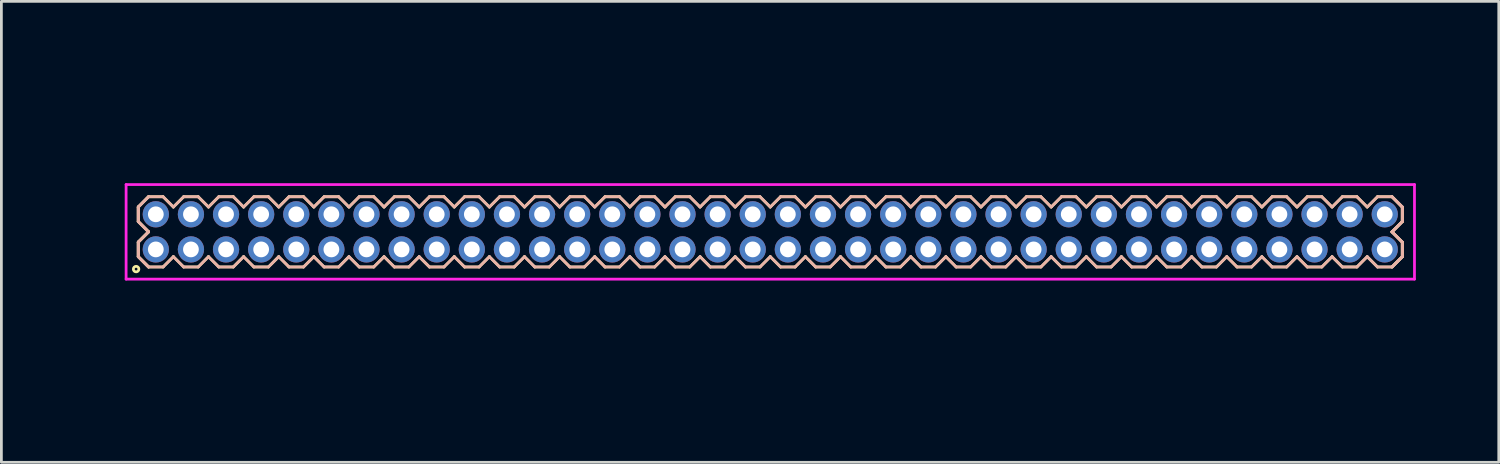
<source format=kicad_pcb>
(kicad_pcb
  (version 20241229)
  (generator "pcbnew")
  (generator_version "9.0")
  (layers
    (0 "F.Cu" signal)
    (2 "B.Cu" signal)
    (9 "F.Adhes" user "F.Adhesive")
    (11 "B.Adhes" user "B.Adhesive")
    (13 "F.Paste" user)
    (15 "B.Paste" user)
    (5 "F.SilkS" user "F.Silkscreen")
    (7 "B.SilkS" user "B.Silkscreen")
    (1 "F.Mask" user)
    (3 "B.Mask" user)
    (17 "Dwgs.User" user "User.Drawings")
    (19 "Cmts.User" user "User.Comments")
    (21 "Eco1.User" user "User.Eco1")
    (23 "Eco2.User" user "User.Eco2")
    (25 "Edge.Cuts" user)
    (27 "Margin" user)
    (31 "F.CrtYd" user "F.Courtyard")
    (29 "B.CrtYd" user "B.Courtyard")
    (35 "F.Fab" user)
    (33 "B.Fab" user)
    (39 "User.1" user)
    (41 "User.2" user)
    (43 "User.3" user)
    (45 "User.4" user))
  (footprint "HDR127P36x2"
    (layer "F.Cu")
    (at 24.811 5.336)
    (property "Reference" "HDR127P36x2" (at -24.05 0 90) (layer "User.1") (effects (font (size 1 1) (thickness 0.1))))
    (attr through_hole)
    (fp_line (start -22.86 -0.898) (end -22.488 -1.27) (stroke (width 0.1) (type solid)) (layer "F.SilkS"))
    (fp_line (start -22.86 -0.898) (end -22.488 -1.27) (stroke (width 0.1) (type solid)) (layer "F.SilkS"))
    (fp_line (start -22.86 -0.372) (end -22.86 -0.898) (stroke (width 0.1) (type solid)) (layer "F.SilkS"))
    (fp_line (start -22.86 -0.372) (end -22.86 -0.898) (stroke (width 0.1) (type solid)) (layer "F.SilkS"))
    (fp_line (start -22.86 0.372) (end -22.488 0) (stroke (width 0.1) (type solid)) (layer "F.SilkS"))
    (fp_line (start -22.86 0.372) (end -22.488 0) (stroke (width 0.1) (type solid)) (layer "F.SilkS"))
    (fp_line (start -22.86 0.898) (end -22.86 0.372) (stroke (width 0.1) (type solid)) (layer "F.SilkS"))
    (fp_line (start -22.86 0.898) (end -22.86 0.372) (stroke (width 0.1) (type solid)) (layer "F.SilkS"))
    (fp_line (start -22.488 -1.27) (end -21.962 -1.27) (stroke (width 0.1) (type solid)) (layer "F.SilkS"))
    (fp_line (start -22.488 0) (end -22.86 -0.372) (stroke (width 0.1) (type solid)) (layer "F.SilkS"))
    (fp_line (start -22.488 0) (end -22.86 -0.372) (stroke (width 0.1) (type solid)) (layer "F.SilkS"))
    (fp_line (start -22.488 1.27) (end -22.86 0.898) (stroke (width 0.1) (type solid)) (layer "F.SilkS"))
    (fp_line (start -22.488 1.27) (end -22.86 0.898) (stroke (width 0.1) (type solid)) (layer "F.SilkS"))
    (fp_line (start -21.962 -1.27) (end -21.59 -0.898) (stroke (width 0.1) (type solid)) (layer "F.SilkS"))
    (fp_line (start -21.962 1.27) (end -22.488 1.27) (stroke (width 0.1) (type solid)) (layer "F.SilkS"))
    (fp_line (start -21.59 -0.898) (end -21.218 -1.27) (stroke (width 0.1) (type solid)) (layer "F.SilkS"))
    (fp_line (start -21.59 0.898) (end -21.962 1.27) (stroke (width 0.1) (type solid)) (layer "F.SilkS"))
    (fp_line (start -21.218 -1.27) (end -20.692 -1.27) (stroke (width 0.1) (type solid)) (layer "F.SilkS"))
    (fp_line (start -21.218 1.27) (end -21.59 0.898) (stroke (width 0.1) (type solid)) (layer "F.SilkS"))
    (fp_line (start -20.692 -1.27) (end -20.32 -0.898) (stroke (width 0.1) (type solid)) (layer "F.SilkS"))
    (fp_line (start -20.692 1.27) (end -21.218 1.27) (stroke (width 0.1) (type solid)) (layer "F.SilkS"))
    (fp_line (start -20.32 -0.898) (end -19.948 -1.27) (stroke (width 0.1) (type solid)) (layer "F.SilkS"))
    (fp_line (start -20.32 0.898) (end -20.692 1.27) (stroke (width 0.1) (type solid)) (layer "F.SilkS"))
    (fp_line (start -19.948 -1.27) (end -19.422 -1.27) (stroke (width 0.1) (type solid)) (layer "F.SilkS"))
    (fp_line (start -19.948 1.27) (end -20.32 0.898) (stroke (width 0.1) (type solid)) (layer "F.SilkS"))
    (fp_line (start -19.422 -1.27) (end -19.05 -0.898) (stroke (width 0.1) (type solid)) (layer "F.SilkS"))
    (fp_line (start -19.422 1.27) (end -19.948 1.27) (stroke (width 0.1) (type solid)) (layer "F.SilkS"))
    (fp_line (start -19.05 -0.898) (end -18.678 -1.27) (stroke (width 0.1) (type solid)) (layer "F.SilkS"))
    (fp_line (start -19.05 0.898) (end -19.422 1.27) (stroke (width 0.1) (type solid)) (layer "F.SilkS"))
    (fp_line (start -18.678 -1.27) (end -18.152 -1.27) (stroke (width 0.1) (type solid)) (layer "F.SilkS"))
    (fp_line (start -18.678 1.27) (end -19.05 0.898) (stroke (width 0.1) (type solid)) (layer "F.SilkS"))
    (fp_line (start -18.152 -1.27) (end -17.78 -0.898) (stroke (width 0.1) (type solid)) (layer "F.SilkS"))
    (fp_line (start -18.152 1.27) (end -18.678 1.27) (stroke (width 0.1) (type solid)) (layer "F.SilkS"))
    (fp_line (start -17.78 -0.898) (end -17.408 -1.27) (stroke (width 0.1) (type solid)) (layer "F.SilkS"))
    (fp_line (start -17.78 0.898) (end -18.152 1.27) (stroke (width 0.1) (type solid)) (layer "F.SilkS"))
    (fp_line (start -17.408 -1.27) (end -16.882 -1.27) (stroke (width 0.1) (type solid)) (layer "F.SilkS"))
    (fp_line (start -17.408 1.27) (end -17.78 0.898) (stroke (width 0.1) (type solid)) (layer "F.SilkS"))
    (fp_line (start -16.882 -1.27) (end -16.51 -0.898) (stroke (width 0.1) (type solid)) (layer "F.SilkS"))
    (fp_line (start -16.882 1.27) (end -17.408 1.27) (stroke (width 0.1) (type solid)) (layer "F.SilkS"))
    (fp_line (start -16.51 -0.898) (end -16.138 -1.27) (stroke (width 0.1) (type solid)) (layer "F.SilkS"))
    (fp_line (start -16.51 0.898) (end -16.882 1.27) (stroke (width 0.1) (type solid)) (layer "F.SilkS"))
    (fp_line (start -16.138 -1.27) (end -15.612 -1.27) (stroke (width 0.1) (type solid)) (layer "F.SilkS"))
    (fp_line (start -16.138 1.27) (end -16.51 0.898) (stroke (width 0.1) (type solid)) (layer "F.SilkS"))
    (fp_line (start -15.612 -1.27) (end -15.24 -0.898) (stroke (width 0.1) (type solid)) (layer "F.SilkS"))
    (fp_line (start -15.612 1.27) (end -16.138 1.27) (stroke (width 0.1) (type solid)) (layer "F.SilkS"))
    (fp_line (start -15.24 -0.898) (end -14.868 -1.27) (stroke (width 0.1) (type solid)) (layer "F.SilkS"))
    (fp_line (start -15.24 0.898) (end -15.612 1.27) (stroke (width 0.1) (type solid)) (layer "F.SilkS"))
    (fp_line (start -14.868 -1.27) (end -14.342 -1.27) (stroke (width 0.1) (type solid)) (layer "F.SilkS"))
    (fp_line (start -14.868 1.27) (end -15.24 0.898) (stroke (width 0.1) (type solid)) (layer "F.SilkS"))
    (fp_line (start -14.342 -1.27) (end -13.97 -0.898) (stroke (width 0.1) (type solid)) (layer "F.SilkS"))
    (fp_line (start -14.342 1.27) (end -14.868 1.27) (stroke (width 0.1) (type solid)) (layer "F.SilkS"))
    (fp_line (start -13.97 -0.898) (end -13.598 -1.27) (stroke (width 0.1) (type solid)) (layer "F.SilkS"))
    (fp_line (start -13.97 0.898) (end -14.342 1.27) (stroke (width 0.1) (type solid)) (layer "F.SilkS"))
    (fp_line (start -13.598 -1.27) (end -13.072 -1.27) (stroke (width 0.1) (type solid)) (layer "F.SilkS"))
    (fp_line (start -13.598 1.27) (end -13.97 0.898) (stroke (width 0.1) (type solid)) (layer "F.SilkS"))
    (fp_line (start -13.072 -1.27) (end -12.7 -0.898) (stroke (width 0.1) (type solid)) (layer "F.SilkS"))
    (fp_line (start -13.072 1.27) (end -13.598 1.27) (stroke (width 0.1) (type solid)) (layer "F.SilkS"))
    (fp_line (start -12.7 -0.898) (end -12.328 -1.27) (stroke (width 0.1) (type solid)) (layer "F.SilkS"))
    (fp_line (start -12.7 0.898) (end -13.072 1.27) (stroke (width 0.1) (type solid)) (layer "F.SilkS"))
    (fp_line (start -12.328 -1.27) (end -11.802 -1.27) (stroke (width 0.1) (type solid)) (layer "F.SilkS"))
    (fp_line (start -12.328 1.27) (end -12.7 0.898) (stroke (width 0.1) (type solid)) (layer "F.SilkS"))
    (fp_line (start -11.802 -1.27) (end -11.43 -0.898) (stroke (width 0.1) (type solid)) (layer "F.SilkS"))
    (fp_line (start -11.802 1.27) (end -12.328 1.27) (stroke (width 0.1) (type solid)) (layer "F.SilkS"))
    (fp_line (start -11.43 -0.898) (end -11.058 -1.27) (stroke (width 0.1) (type solid)) (layer "F.SilkS"))
    (fp_line (start -11.43 0.898) (end -11.802 1.27) (stroke (width 0.1) (type solid)) (layer "F.SilkS"))
    (fp_line (start -11.058 -1.27) (end -10.532 -1.27) (stroke (width 0.1) (type solid)) (layer "F.SilkS"))
    (fp_line (start -11.058 1.27) (end -11.43 0.898) (stroke (width 0.1) (type solid)) (layer "F.SilkS"))
    (fp_line (start -10.532 -1.27) (end -10.16 -0.898) (stroke (width 0.1) (type solid)) (layer "F.SilkS"))
    (fp_line (start -10.532 1.27) (end -11.058 1.27) (stroke (width 0.1) (type solid)) (layer "F.SilkS"))
    (fp_line (start -10.16 -0.898) (end -9.788 -1.27) (stroke (width 0.1) (type solid)) (layer "F.SilkS"))
    (fp_line (start -10.16 0.898) (end -10.532 1.27) (stroke (width 0.1) (type solid)) (layer "F.SilkS"))
    (fp_line (start -9.788 -1.27) (end -9.262 -1.27) (stroke (width 0.1) (type solid)) (layer "F.SilkS"))
    (fp_line (start -9.788 1.27) (end -10.16 0.898) (stroke (width 0.1) (type solid)) (layer "F.SilkS"))
    (fp_line (start -9.262 -1.27) (end -8.89 -0.898) (stroke (width 0.1) (type solid)) (layer "F.SilkS"))
    (fp_line (start -9.262 1.27) (end -9.788 1.27) (stroke (width 0.1) (type solid)) (layer "F.SilkS"))
    (fp_line (start -8.89 -0.898) (end -8.518 -1.27) (stroke (width 0.1) (type solid)) (layer "F.SilkS"))
    (fp_line (start -8.89 0.898) (end -9.262 1.27) (stroke (width 0.1) (type solid)) (layer "F.SilkS"))
    (fp_line (start -8.518 -1.27) (end -7.992 -1.27) (stroke (width 0.1) (type solid)) (layer "F.SilkS"))
    (fp_line (start -8.518 1.27) (end -8.89 0.898) (stroke (width 0.1) (type solid)) (layer "F.SilkS"))
    (fp_line (start -7.992 -1.27) (end -7.62 -0.898) (stroke (width 0.1) (type solid)) (layer "F.SilkS"))
    (fp_line (start -7.992 1.27) (end -8.518 1.27) (stroke (width 0.1) (type solid)) (layer "F.SilkS"))
    (fp_line (start -7.62 -0.898) (end -7.248 -1.27) (stroke (width 0.1) (type solid)) (layer "F.SilkS"))
    (fp_line (start -7.62 0.898) (end -7.992 1.27) (stroke (width 0.1) (type solid)) (layer "F.SilkS"))
    (fp_line (start -7.248 -1.27) (end -6.722 -1.27) (stroke (width 0.1) (type solid)) (layer "F.SilkS"))
    (fp_line (start -7.248 1.27) (end -7.62 0.898) (stroke (width 0.1) (type solid)) (layer "F.SilkS"))
    (fp_line (start -6.722 -1.27) (end -6.35 -0.898) (stroke (width 0.1) (type solid)) (layer "F.SilkS"))
    (fp_line (start -6.722 1.27) (end -7.248 1.27) (stroke (width 0.1) (type solid)) (layer "F.SilkS"))
    (fp_line (start -6.35 -0.898) (end -5.978 -1.27) (stroke (width 0.1) (type solid)) (layer "F.SilkS"))
    (fp_line (start -6.35 0.898) (end -6.722 1.27) (stroke (width 0.1) (type solid)) (layer "F.SilkS"))
    (fp_line (start -5.978 -1.27) (end -5.452 -1.27) (stroke (width 0.1) (type solid)) (layer "F.SilkS"))
    (fp_line (start -5.978 1.27) (end -6.35 0.898) (stroke (width 0.1) (type solid)) (layer "F.SilkS"))
    (fp_line (start -5.452 -1.27) (end -5.08 -0.898) (stroke (width 0.1) (type solid)) (layer "F.SilkS"))
    (fp_line (start -5.452 1.27) (end -5.978 1.27) (stroke (width 0.1) (type solid)) (layer "F.SilkS"))
    (fp_line (start -5.08 -0.898) (end -4.708 -1.27) (stroke (width 0.1) (type solid)) (layer "F.SilkS"))
    (fp_line (start -5.08 0.898) (end -5.452 1.27) (stroke (width 0.1) (type solid)) (layer "F.SilkS"))
    (fp_line (start -4.708 -1.27) (end -4.182 -1.27) (stroke (width 0.1) (type solid)) (layer "F.SilkS"))
    (fp_line (start -4.708 1.27) (end -5.08 0.898) (stroke (width 0.1) (type solid)) (layer "F.SilkS"))
    (fp_line (start -4.182 -1.27) (end -3.81 -0.898) (stroke (width 0.1) (type solid)) (layer "F.SilkS"))
    (fp_line (start -4.182 1.27) (end -4.708 1.27) (stroke (width 0.1) (type solid)) (layer "F.SilkS"))
    (fp_line (start -3.81 -0.898) (end -3.438 -1.27) (stroke (width 0.1) (type solid)) (layer "F.SilkS"))
    (fp_line (start -3.81 0.898) (end -4.182 1.27) (stroke (width 0.1) (type solid)) (layer "F.SilkS"))
    (fp_line (start -3.438 -1.27) (end -2.912 -1.27) (stroke (width 0.1) (type solid)) (layer "F.SilkS"))
    (fp_line (start -3.438 1.27) (end -3.81 0.898) (stroke (width 0.1) (type solid)) (layer "F.SilkS"))
    (fp_line (start -2.912 -1.27) (end -2.54 -0.898) (stroke (width 0.1) (type solid)) (layer "F.SilkS"))
    (fp_line (start -2.912 1.27) (end -3.438 1.27) (stroke (width 0.1) (type solid)) (layer "F.SilkS"))
    (fp_line (start -2.54 -0.898) (end -2.168 -1.27) (stroke (width 0.1) (type solid)) (layer "F.SilkS"))
    (fp_line (start -2.54 0.898) (end -2.912 1.27) (stroke (width 0.1) (type solid)) (layer "F.SilkS"))
    (fp_line (start -2.168 -1.27) (end -1.642 -1.27) (stroke (width 0.1) (type solid)) (layer "F.SilkS"))
    (fp_line (start -2.168 1.27) (end -2.54 0.898) (stroke (width 0.1) (type solid)) (layer "F.SilkS"))
    (fp_line (start -1.642 -1.27) (end -1.27 -0.898) (stroke (width 0.1) (type solid)) (layer "F.SilkS"))
    (fp_line (start -1.642 1.27) (end -2.168 1.27) (stroke (width 0.1) (type solid)) (layer "F.SilkS"))
    (fp_line (start -1.27 -0.898) (end -0.898 -1.27) (stroke (width 0.1) (type solid)) (layer "F.SilkS"))
    (fp_line (start -1.27 0.898) (end -1.642 1.27) (stroke (width 0.1) (type solid)) (layer "F.SilkS"))
    (fp_line (start -0.898 -1.27) (end -0.372 -1.27) (stroke (width 0.1) (type solid)) (layer "F.SilkS"))
    (fp_line (start -0.898 1.27) (end -1.27 0.898) (stroke (width 0.1) (type solid)) (layer "F.SilkS"))
    (fp_line (start -0.372 -1.27) (end 0 -0.898) (stroke (width 0.1) (type solid)) (layer "F.SilkS"))
    (fp_line (start -0.372 1.27) (end -0.898 1.27) (stroke (width 0.1) (type solid)) (layer "F.SilkS"))
    (fp_line (start 0 -0.898) (end 0.372 -1.27) (stroke (width 0.1) (type solid)) (layer "F.SilkS"))
    (fp_line (start 0 0.898) (end -0.372 1.27) (stroke (width 0.1) (type solid)) (layer "F.SilkS"))
    (fp_line (start 0.372 -1.27) (end 0.898 -1.27) (stroke (width 0.1) (type solid)) (layer "F.SilkS"))
    (fp_line (start 0.372 1.27) (end 0 0.898) (stroke (width 0.1) (type solid)) (layer "F.SilkS"))
    (fp_line (start 0.898 -1.27) (end 1.27 -0.898) (stroke (width 0.1) (type solid)) (layer "F.SilkS"))
    (fp_line (start 0.898 1.27) (end 0.372 1.27) (stroke (width 0.1) (type solid)) (layer "F.SilkS"))
    (fp_line (start 1.27 -0.898) (end 1.642 -1.27) (stroke (width 0.1) (type solid)) (layer "F.SilkS"))
    (fp_line (start 1.27 0.898) (end 0.898 1.27) (stroke (width 0.1) (type solid)) (layer "F.SilkS"))
    (fp_line (start 1.642 -1.27) (end 2.168 -1.27) (stroke (width 0.1) (type solid)) (layer "F.SilkS"))
    (fp_line (start 1.642 1.27) (end 1.27 0.898) (stroke (width 0.1) (type solid)) (layer "F.SilkS"))
    (fp_line (start 2.168 -1.27) (end 2.54 -0.898) (stroke (width 0.1) (type solid)) (layer "F.SilkS"))
    (fp_line (start 2.168 1.27) (end 1.642 1.27) (stroke (width 0.1) (type solid)) (layer "F.SilkS"))
    (fp_line (start 2.54 -0.898) (end 2.912 -1.27) (stroke (width 0.1) (type solid)) (layer "F.SilkS"))
    (fp_line (start 2.54 0.898) (end 2.168 1.27) (stroke (width 0.1) (type solid)) (layer "F.SilkS"))
    (fp_line (start 2.912 -1.27) (end 3.438 -1.27) (stroke (width 0.1) (type solid)) (layer "F.SilkS"))
    (fp_line (start 2.912 1.27) (end 2.54 0.898) (stroke (width 0.1) (type solid)) (layer "F.SilkS"))
    (fp_line (start 3.438 -1.27) (end 3.81 -0.898) (stroke (width 0.1) (type solid)) (layer "F.SilkS"))
    (fp_line (start 3.438 1.27) (end 2.912 1.27) (stroke (width 0.1) (type solid)) (layer "F.SilkS"))
    (fp_line (start 3.81 -0.898) (end 4.182 -1.27) (stroke (width 0.1) (type solid)) (layer "F.SilkS"))
    (fp_line (start 3.81 0.898) (end 3.438 1.27) (stroke (width 0.1) (type solid)) (layer "F.SilkS"))
    (fp_line (start 4.182 -1.27) (end 4.708 -1.27) (stroke (width 0.1) (type solid)) (layer "F.SilkS"))
    (fp_line (start 4.182 1.27) (end 3.81 0.898) (stroke (width 0.1) (type solid)) (layer "F.SilkS"))
    (fp_line (start 4.708 -1.27) (end 5.08 -0.898) (stroke (width 0.1) (type solid)) (layer "F.SilkS"))
    (fp_line (start 4.708 1.27) (end 4.182 1.27) (stroke (width 0.1) (type solid)) (layer "F.SilkS"))
    (fp_line (start 5.08 -0.898) (end 5.452 -1.27) (stroke (width 0.1) (type solid)) (layer "F.SilkS"))
    (fp_line (start 5.08 0.898) (end 4.708 1.27) (stroke (width 0.1) (type solid)) (layer "F.SilkS"))
    (fp_line (start 5.452 -1.27) (end 5.978 -1.27) (stroke (width 0.1) (type solid)) (layer "F.SilkS"))
    (fp_line (start 5.452 1.27) (end 5.08 0.898) (stroke (width 0.1) (type solid)) (layer "F.SilkS"))
    (fp_line (start 5.978 -1.27) (end 6.35 -0.898) (stroke (width 0.1) (type solid)) (layer "F.SilkS"))
    (fp_line (start 5.978 1.27) (end 5.452 1.27) (stroke (width 0.1) (type solid)) (layer "F.SilkS"))
    (fp_line (start 6.35 -0.898) (end 6.722 -1.27) (stroke (width 0.1) (type solid)) (layer "F.SilkS"))
    (fp_line (start 6.35 0.898) (end 5.978 1.27) (stroke (width 0.1) (type solid)) (layer "F.SilkS"))
    (fp_line (start 6.722 -1.27) (end 7.248 -1.27) (stroke (width 0.1) (type solid)) (layer "F.SilkS"))
    (fp_line (start 6.722 1.27) (end 6.35 0.898) (stroke (width 0.1) (type solid)) (layer "F.SilkS"))
    (fp_line (start 7.248 -1.27) (end 7.62 -0.898) (stroke (width 0.1) (type solid)) (layer "F.SilkS"))
    (fp_line (start 7.248 1.27) (end 6.722 1.27) (stroke (width 0.1) (type solid)) (layer "F.SilkS"))
    (fp_line (start 7.62 -0.898) (end 7.992 -1.27) (stroke (width 0.1) (type solid)) (layer "F.SilkS"))
    (fp_line (start 7.62 0.898) (end 7.248 1.27) (stroke (width 0.1) (type solid)) (layer "F.SilkS"))
    (fp_line (start 7.992 -1.27) (end 8.518 -1.27) (stroke (width 0.1) (type solid)) (layer "F.SilkS"))
    (fp_line (start 7.992 1.27) (end 7.62 0.898) (stroke (width 0.1) (type solid)) (layer "F.SilkS"))
    (fp_line (start 8.518 -1.27) (end 8.89 -0.898) (stroke (width 0.1) (type solid)) (layer "F.SilkS"))
    (fp_line (start 8.518 1.27) (end 7.992 1.27) (stroke (width 0.1) (type solid)) (layer "F.SilkS"))
    (fp_line (start 8.89 -0.898) (end 9.262 -1.27) (stroke (width 0.1) (type solid)) (layer "F.SilkS"))
    (fp_line (start 8.89 0.898) (end 8.518 1.27) (stroke (width 0.1) (type solid)) (layer "F.SilkS"))
    (fp_line (start 9.262 -1.27) (end 9.788 -1.27) (stroke (width 0.1) (type solid)) (layer "F.SilkS"))
    (fp_line (start 9.262 1.27) (end 8.89 0.898) (stroke (width 0.1) (type solid)) (layer "F.SilkS"))
    (fp_line (start 9.788 -1.27) (end 10.16 -0.898) (stroke (width 0.1) (type solid)) (layer "F.SilkS"))
    (fp_line (start 9.788 1.27) (end 9.262 1.27) (stroke (width 0.1) (type solid)) (layer "F.SilkS"))
    (fp_line (start 10.16 -0.898) (end 10.532 -1.27) (stroke (width 0.1) (type solid)) (layer "F.SilkS"))
    (fp_line (start 10.16 0.898) (end 9.788 1.27) (stroke (width 0.1) (type solid)) (layer "F.SilkS"))
    (fp_line (start 10.532 -1.27) (end 11.058 -1.27) (stroke (width 0.1) (type solid)) (layer "F.SilkS"))
    (fp_line (start 10.532 1.27) (end 10.16 0.898) (stroke (width 0.1) (type solid)) (layer "F.SilkS"))
    (fp_line (start 11.058 -1.27) (end 11.43 -0.898) (stroke (width 0.1) (type solid)) (layer "F.SilkS"))
    (fp_line (start 11.058 1.27) (end 10.532 1.27) (stroke (width 0.1) (type solid)) (layer "F.SilkS"))
    (fp_line (start 11.43 -0.898) (end 11.802 -1.27) (stroke (width 0.1) (type solid)) (layer "F.SilkS"))
    (fp_line (start 11.43 0.898) (end 11.058 1.27) (stroke (width 0.1) (type solid)) (layer "F.SilkS"))
    (fp_line (start 11.802 -1.27) (end 12.328 -1.27) (stroke (width 0.1) (type solid)) (layer "F.SilkS"))
    (fp_line (start 11.802 1.27) (end 11.43 0.898) (stroke (width 0.1) (type solid)) (layer "F.SilkS"))
    (fp_line (start 12.328 -1.27) (end 12.7 -0.898) (stroke (width 0.1) (type solid)) (layer "F.SilkS"))
    (fp_line (start 12.328 1.27) (end 11.802 1.27) (stroke (width 0.1) (type solid)) (layer "F.SilkS"))
    (fp_line (start 12.7 -0.898) (end 13.072 -1.27) (stroke (width 0.1) (type solid)) (layer "F.SilkS"))
    (fp_line (start 12.7 0.898) (end 12.328 1.27) (stroke (width 0.1) (type solid)) (layer "F.SilkS"))
    (fp_line (start 13.072 -1.27) (end 13.598 -1.27) (stroke (width 0.1) (type solid)) (layer "F.SilkS"))
    (fp_line (start 13.072 1.27) (end 12.7 0.898) (stroke (width 0.1) (type solid)) (layer "F.SilkS"))
    (fp_line (start 13.598 -1.27) (end 13.97 -0.898) (stroke (width 0.1) (type solid)) (layer "F.SilkS"))
    (fp_line (start 13.598 1.27) (end 13.072 1.27) (stroke (width 0.1) (type solid)) (layer "F.SilkS"))
    (fp_line (start 13.97 -0.898) (end 14.342 -1.27) (stroke (width 0.1) (type solid)) (layer "F.SilkS"))
    (fp_line (start 13.97 0.898) (end 13.598 1.27) (stroke (width 0.1) (type solid)) (layer "F.SilkS"))
    (fp_line (start 14.342 -1.27) (end 14.868 -1.27) (stroke (width 0.1) (type solid)) (layer "F.SilkS"))
    (fp_line (start 14.342 1.27) (end 13.97 0.898) (stroke (width 0.1) (type solid)) (layer "F.SilkS"))
    (fp_line (start 14.868 -1.27) (end 15.24 -0.898) (stroke (width 0.1) (type solid)) (layer "F.SilkS"))
    (fp_line (start 14.868 1.27) (end 14.342 1.27) (stroke (width 0.1) (type solid)) (layer "F.SilkS"))
    (fp_line (start 15.24 -0.898) (end 15.612 -1.27) (stroke (width 0.1) (type solid)) (layer "F.SilkS"))
    (fp_line (start 15.24 0.898) (end 14.868 1.27) (stroke (width 0.1) (type solid)) (layer "F.SilkS"))
    (fp_line (start 15.612 -1.27) (end 16.138 -1.27) (stroke (width 0.1) (type solid)) (layer "F.SilkS"))
    (fp_line (start 15.612 1.27) (end 15.24 0.898) (stroke (width 0.1) (type solid)) (layer "F.SilkS"))
    (fp_line (start 16.138 -1.27) (end 16.51 -0.898) (stroke (width 0.1) (type solid)) (layer "F.SilkS"))
    (fp_line (start 16.138 1.27) (end 15.612 1.27) (stroke (width 0.1) (type solid)) (layer "F.SilkS"))
    (fp_line (start 16.51 -0.898) (end 16.882 -1.27) (stroke (width 0.1) (type solid)) (layer "F.SilkS"))
    (fp_line (start 16.51 0.898) (end 16.138 1.27) (stroke (width 0.1) (type solid)) (layer "F.SilkS"))
    (fp_line (start 16.882 -1.27) (end 17.408 -1.27) (stroke (width 0.1) (type solid)) (layer "F.SilkS"))
    (fp_line (start 16.882 1.27) (end 16.51 0.898) (stroke (width 0.1) (type solid)) (layer "F.SilkS"))
    (fp_line (start 17.408 -1.27) (end 17.78 -0.898) (stroke (width 0.1) (type solid)) (layer "F.SilkS"))
    (fp_line (start 17.408 1.27) (end 16.882 1.27) (stroke (width 0.1) (type solid)) (layer "F.SilkS"))
    (fp_line (start 17.78 -0.898) (end 18.152 -1.27) (stroke (width 0.1) (type solid)) (layer "F.SilkS"))
    (fp_line (start 17.78 0.898) (end 17.408 1.27) (stroke (width 0.1) (type solid)) (layer "F.SilkS"))
    (fp_line (start 18.152 -1.27) (end 18.678 -1.27) (stroke (width 0.1) (type solid)) (layer "F.SilkS"))
    (fp_line (start 18.152 1.27) (end 17.78 0.898) (stroke (width 0.1) (type solid)) (layer "F.SilkS"))
    (fp_line (start 18.678 -1.27) (end 19.05 -0.898) (stroke (width 0.1) (type solid)) (layer "F.SilkS"))
    (fp_line (start 18.678 1.27) (end 18.152 1.27) (stroke (width 0.1) (type solid)) (layer "F.SilkS"))
    (fp_line (start 19.05 -0.898) (end 19.422 -1.27) (stroke (width 0.1) (type solid)) (layer "F.SilkS"))
    (fp_line (start 19.05 0.898) (end 18.678 1.27) (stroke (width 0.1) (type solid)) (layer "F.SilkS"))
    (fp_line (start 19.422 -1.27) (end 19.948 -1.27) (stroke (width 0.1) (type solid)) (layer "F.SilkS"))
    (fp_line (start 19.422 1.27) (end 19.05 0.898) (stroke (width 0.1) (type solid)) (layer "F.SilkS"))
    (fp_line (start 19.948 -1.27) (end 20.32 -0.898) (stroke (width 0.1) (type solid)) (layer "F.SilkS"))
    (fp_line (start 19.948 1.27) (end 19.422 1.27) (stroke (width 0.1) (type solid)) (layer "F.SilkS"))
    (fp_line (start 20.32 -0.898) (end 20.692 -1.27) (stroke (width 0.1) (type solid)) (layer "F.SilkS"))
    (fp_line (start 20.32 0.898) (end 19.948 1.27) (stroke (width 0.1) (type solid)) (layer "F.SilkS"))
    (fp_line (start 20.692 -1.27) (end 21.218 -1.27) (stroke (width 0.1) (type solid)) (layer "F.SilkS"))
    (fp_line (start 20.692 1.27) (end 20.32 0.898) (stroke (width 0.1) (type solid)) (layer "F.SilkS"))
    (fp_line (start 21.218 -1.27) (end 21.59 -0.898) (stroke (width 0.1) (type solid)) (layer "F.SilkS"))
    (fp_line (start 21.218 1.27) (end 20.692 1.27) (stroke (width 0.1) (type solid)) (layer "F.SilkS"))
    (fp_line (start 21.59 -0.898) (end 21.962 -1.27) (stroke (width 0.1) (type solid)) (layer "F.SilkS"))
    (fp_line (start 21.59 0.898) (end 21.218 1.27) (stroke (width 0.1) (type solid)) (layer "F.SilkS"))
    (fp_line (start 21.962 -1.27) (end 22.488 -1.27) (stroke (width 0.1) (type solid)) (layer "F.SilkS"))
    (fp_line (start 21.962 1.27) (end 21.59 0.898) (stroke (width 0.1) (type solid)) (layer "F.SilkS"))
    (fp_line (start 22.488 -1.27) (end 22.86 -0.898) (stroke (width 0.1) (type solid)) (layer "F.SilkS"))
    (fp_line (start 22.488 -1.27) (end 22.86 -0.898) (stroke (width 0.1) (type solid)) (layer "F.SilkS"))
    (fp_line (start 22.488 0) (end 22.86 0.372) (stroke (width 0.1) (type solid)) (layer "F.SilkS"))
    (fp_line (start 22.488 0) (end 22.86 0.372) (stroke (width 0.1) (type solid)) (layer "F.SilkS"))
    (fp_line (start 22.488 1.27) (end 21.962 1.27) (stroke (width 0.1) (type solid)) (layer "F.SilkS"))
    (fp_line (start 22.86 -0.898) (end 22.86 -0.372) (stroke (width 0.1) (type solid)) (layer "F.SilkS"))
    (fp_line (start 22.86 -0.898) (end 22.86 -0.372) (stroke (width 0.1) (type solid)) (layer "F.SilkS"))
    (fp_line (start 22.86 -0.372) (end 22.488 0) (stroke (width 0.1) (type solid)) (layer "F.SilkS"))
    (fp_line (start 22.86 -0.372) (end 22.488 0) (stroke (width 0.1) (type solid)) (layer "F.SilkS"))
    (fp_line (start 22.86 0.372) (end 22.86 0.898) (stroke (width 0.1) (type solid)) (layer "F.SilkS"))
    (fp_line (start 22.86 0.372) (end 22.86 0.898) (stroke (width 0.1) (type solid)) (layer "F.SilkS"))
    (fp_line (start 22.86 0.898) (end 22.488 1.27) (stroke (width 0.1) (type solid)) (layer "F.SilkS"))
    (fp_line (start 22.86 0.898) (end 22.488 1.27) (stroke (width 0.1) (type solid)) (layer "F.SilkS"))
    (fp_circle (center -22.938 1.347) (end -22.838 1.347) (stroke (width 0.1) (type solid)) (fill no) (layer "F.SilkS"))
    (fp_line (start -22.86 -0.898) (end -22.488 -1.27) (stroke (width 0.1) (type solid)) (layer "B.SilkS"))
    (fp_line (start -22.86 -0.898) (end -22.488 -1.27) (stroke (width 0.1) (type solid)) (layer "B.SilkS"))
    (fp_line (start -22.86 -0.372) (end -22.86 -0.898) (stroke (width 0.1) (type solid)) (layer "B.SilkS"))
    (fp_line (start -22.86 -0.372) (end -22.86 -0.898) (stroke (width 0.1) (type solid)) (layer "B.SilkS"))
    (fp_line (start -22.86 0.372) (end -22.488 0) (stroke (width 0.1) (type solid)) (layer "B.SilkS"))
    (fp_line (start -22.86 0.372) (end -22.488 0) (stroke (width 0.1) (type solid)) (layer "B.SilkS"))
    (fp_line (start -22.86 0.898) (end -22.86 0.372) (stroke (width 0.1) (type solid)) (layer "B.SilkS"))
    (fp_line (start -22.86 0.898) (end -22.86 0.372) (stroke (width 0.1) (type solid)) (layer "B.SilkS"))
    (fp_line (start -22.488 -1.27) (end -21.962 -1.27) (stroke (width 0.1) (type solid)) (layer "B.SilkS"))
    (fp_line (start -22.488 0) (end -22.86 -0.372) (stroke (width 0.1) (type solid)) (layer "B.SilkS"))
    (fp_line (start -22.488 0) (end -22.86 -0.372) (stroke (width 0.1) (type solid)) (layer "B.SilkS"))
    (fp_line (start -22.488 1.27) (end -22.86 0.898) (stroke (width 0.1) (type solid)) (layer "B.SilkS"))
    (fp_line (start -22.488 1.27) (end -22.86 0.898) (stroke (width 0.1) (type solid)) (layer "B.SilkS"))
    (fp_line (start -21.962 -1.27) (end -21.59 -0.898) (stroke (width 0.1) (type solid)) (layer "B.SilkS"))
    (fp_line (start -21.962 1.27) (end -22.488 1.27) (stroke (width 0.1) (type solid)) (layer "B.SilkS"))
    (fp_line (start -21.59 -0.898) (end -21.218 -1.27) (stroke (width 0.1) (type solid)) (layer "B.SilkS"))
    (fp_line (start -21.59 0.898) (end -21.962 1.27) (stroke (width 0.1) (type solid)) (layer "B.SilkS"))
    (fp_line (start -21.218 -1.27) (end -20.692 -1.27) (stroke (width 0.1) (type solid)) (layer "B.SilkS"))
    (fp_line (start -21.218 1.27) (end -21.59 0.898) (stroke (width 0.1) (type solid)) (layer "B.SilkS"))
    (fp_line (start -20.692 -1.27) (end -20.32 -0.898) (stroke (width 0.1) (type solid)) (layer "B.SilkS"))
    (fp_line (start -20.692 1.27) (end -21.218 1.27) (stroke (width 0.1) (type solid)) (layer "B.SilkS"))
    (fp_line (start -20.32 -0.898) (end -19.948 -1.27) (stroke (width 0.1) (type solid)) (layer "B.SilkS"))
    (fp_line (start -20.32 0.898) (end -20.692 1.27) (stroke (width 0.1) (type solid)) (layer "B.SilkS"))
    (fp_line (start -19.948 -1.27) (end -19.422 -1.27) (stroke (width 0.1) (type solid)) (layer "B.SilkS"))
    (fp_line (start -19.948 1.27) (end -20.32 0.898) (stroke (width 0.1) (type solid)) (layer "B.SilkS"))
    (fp_line (start -19.422 -1.27) (end -19.05 -0.898) (stroke (width 0.1) (type solid)) (layer "B.SilkS"))
    (fp_line (start -19.422 1.27) (end -19.948 1.27) (stroke (width 0.1) (type solid)) (layer "B.SilkS"))
    (fp_line (start -19.05 -0.898) (end -18.678 -1.27) (stroke (width 0.1) (type solid)) (layer "B.SilkS"))
    (fp_line (start -19.05 0.898) (end -19.422 1.27) (stroke (width 0.1) (type solid)) (layer "B.SilkS"))
    (fp_line (start -18.678 -1.27) (end -18.152 -1.27) (stroke (width 0.1) (type solid)) (layer "B.SilkS"))
    (fp_line (start -18.678 1.27) (end -19.05 0.898) (stroke (width 0.1) (type solid)) (layer "B.SilkS"))
    (fp_line (start -18.152 -1.27) (end -17.78 -0.898) (stroke (width 0.1) (type solid)) (layer "B.SilkS"))
    (fp_line (start -18.152 1.27) (end -18.678 1.27) (stroke (width 0.1) (type solid)) (layer "B.SilkS"))
    (fp_line (start -17.78 -0.898) (end -17.408 -1.27) (stroke (width 0.1) (type solid)) (layer "B.SilkS"))
    (fp_line (start -17.78 0.898) (end -18.152 1.27) (stroke (width 0.1) (type solid)) (layer "B.SilkS"))
    (fp_line (start -17.408 -1.27) (end -16.882 -1.27) (stroke (width 0.1) (type solid)) (layer "B.SilkS"))
    (fp_line (start -17.408 1.27) (end -17.78 0.898) (stroke (width 0.1) (type solid)) (layer "B.SilkS"))
    (fp_line (start -16.882 -1.27) (end -16.51 -0.898) (stroke (width 0.1) (type solid)) (layer "B.SilkS"))
    (fp_line (start -16.882 1.27) (end -17.408 1.27) (stroke (width 0.1) (type solid)) (layer "B.SilkS"))
    (fp_line (start -16.51 -0.898) (end -16.138 -1.27) (stroke (width 0.1) (type solid)) (layer "B.SilkS"))
    (fp_line (start -16.51 0.898) (end -16.882 1.27) (stroke (width 0.1) (type solid)) (layer "B.SilkS"))
    (fp_line (start -16.138 -1.27) (end -15.612 -1.27) (stroke (width 0.1) (type solid)) (layer "B.SilkS"))
    (fp_line (start -16.138 1.27) (end -16.51 0.898) (stroke (width 0.1) (type solid)) (layer "B.SilkS"))
    (fp_line (start -15.612 -1.27) (end -15.24 -0.898) (stroke (width 0.1) (type solid)) (layer "B.SilkS"))
    (fp_line (start -15.612 1.27) (end -16.138 1.27) (stroke (width 0.1) (type solid)) (layer "B.SilkS"))
    (fp_line (start -15.24 -0.898) (end -14.868 -1.27) (stroke (width 0.1) (type solid)) (layer "B.SilkS"))
    (fp_line (start -15.24 0.898) (end -15.612 1.27) (stroke (width 0.1) (type solid)) (layer "B.SilkS"))
    (fp_line (start -14.868 -1.27) (end -14.342 -1.27) (stroke (width 0.1) (type solid)) (layer "B.SilkS"))
    (fp_line (start -14.868 1.27) (end -15.24 0.898) (stroke (width 0.1) (type solid)) (layer "B.SilkS"))
    (fp_line (start -14.342 -1.27) (end -13.97 -0.898) (stroke (width 0.1) (type solid)) (layer "B.SilkS"))
    (fp_line (start -14.342 1.27) (end -14.868 1.27) (stroke (width 0.1) (type solid)) (layer "B.SilkS"))
    (fp_line (start -13.97 -0.898) (end -13.598 -1.27) (stroke (width 0.1) (type solid)) (layer "B.SilkS"))
    (fp_line (start -13.97 0.898) (end -14.342 1.27) (stroke (width 0.1) (type solid)) (layer "B.SilkS"))
    (fp_line (start -13.598 -1.27) (end -13.072 -1.27) (stroke (width 0.1) (type solid)) (layer "B.SilkS"))
    (fp_line (start -13.598 1.27) (end -13.97 0.898) (stroke (width 0.1) (type solid)) (layer "B.SilkS"))
    (fp_line (start -13.072 -1.27) (end -12.7 -0.898) (stroke (width 0.1) (type solid)) (layer "B.SilkS"))
    (fp_line (start -13.072 1.27) (end -13.598 1.27) (stroke (width 0.1) (type solid)) (layer "B.SilkS"))
    (fp_line (start -12.7 -0.898) (end -12.328 -1.27) (stroke (width 0.1) (type solid)) (layer "B.SilkS"))
    (fp_line (start -12.7 0.898) (end -13.072 1.27) (stroke (width 0.1) (type solid)) (layer "B.SilkS"))
    (fp_line (start -12.328 -1.27) (end -11.802 -1.27) (stroke (width 0.1) (type solid)) (layer "B.SilkS"))
    (fp_line (start -12.328 1.27) (end -12.7 0.898) (stroke (width 0.1) (type solid)) (layer "B.SilkS"))
    (fp_line (start -11.802 -1.27) (end -11.43 -0.898) (stroke (width 0.1) (type solid)) (layer "B.SilkS"))
    (fp_line (start -11.802 1.27) (end -12.328 1.27) (stroke (width 0.1) (type solid)) (layer "B.SilkS"))
    (fp_line (start -11.43 -0.898) (end -11.058 -1.27) (stroke (width 0.1) (type solid)) (layer "B.SilkS"))
    (fp_line (start -11.43 0.898) (end -11.802 1.27) (stroke (width 0.1) (type solid)) (layer "B.SilkS"))
    (fp_line (start -11.058 -1.27) (end -10.532 -1.27) (stroke (width 0.1) (type solid)) (layer "B.SilkS"))
    (fp_line (start -11.058 1.27) (end -11.43 0.898) (stroke (width 0.1) (type solid)) (layer "B.SilkS"))
    (fp_line (start -10.532 -1.27) (end -10.16 -0.898) (stroke (width 0.1) (type solid)) (layer "B.SilkS"))
    (fp_line (start -10.532 1.27) (end -11.058 1.27) (stroke (width 0.1) (type solid)) (layer "B.SilkS"))
    (fp_line (start -10.16 -0.898) (end -9.788 -1.27) (stroke (width 0.1) (type solid)) (layer "B.SilkS"))
    (fp_line (start -10.16 0.898) (end -10.532 1.27) (stroke (width 0.1) (type solid)) (layer "B.SilkS"))
    (fp_line (start -9.788 -1.27) (end -9.262 -1.27) (stroke (width 0.1) (type solid)) (layer "B.SilkS"))
    (fp_line (start -9.788 1.27) (end -10.16 0.898) (stroke (width 0.1) (type solid)) (layer "B.SilkS"))
    (fp_line (start -9.262 -1.27) (end -8.89 -0.898) (stroke (width 0.1) (type solid)) (layer "B.SilkS"))
    (fp_line (start -9.262 1.27) (end -9.788 1.27) (stroke (width 0.1) (type solid)) (layer "B.SilkS"))
    (fp_line (start -8.89 -0.898) (end -8.518 -1.27) (stroke (width 0.1) (type solid)) (layer "B.SilkS"))
    (fp_line (start -8.89 0.898) (end -9.262 1.27) (stroke (width 0.1) (type solid)) (layer "B.SilkS"))
    (fp_line (start -8.518 -1.27) (end -7.992 -1.27) (stroke (width 0.1) (type solid)) (layer "B.SilkS"))
    (fp_line (start -8.518 1.27) (end -8.89 0.898) (stroke (width 0.1) (type solid)) (layer "B.SilkS"))
    (fp_line (start -7.992 -1.27) (end -7.62 -0.898) (stroke (width 0.1) (type solid)) (layer "B.SilkS"))
    (fp_line (start -7.992 1.27) (end -8.518 1.27) (stroke (width 0.1) (type solid)) (layer "B.SilkS"))
    (fp_line (start -7.62 -0.898) (end -7.248 -1.27) (stroke (width 0.1) (type solid)) (layer "B.SilkS"))
    (fp_line (start -7.62 0.898) (end -7.992 1.27) (stroke (width 0.1) (type solid)) (layer "B.SilkS"))
    (fp_line (start -7.248 -1.27) (end -6.722 -1.27) (stroke (width 0.1) (type solid)) (layer "B.SilkS"))
    (fp_line (start -7.248 1.27) (end -7.62 0.898) (stroke (width 0.1) (type solid)) (layer "B.SilkS"))
    (fp_line (start -6.722 -1.27) (end -6.35 -0.898) (stroke (width 0.1) (type solid)) (layer "B.SilkS"))
    (fp_line (start -6.722 1.27) (end -7.248 1.27) (stroke (width 0.1) (type solid)) (layer "B.SilkS"))
    (fp_line (start -6.35 -0.898) (end -5.978 -1.27) (stroke (width 0.1) (type solid)) (layer "B.SilkS"))
    (fp_line (start -6.35 0.898) (end -6.722 1.27) (stroke (width 0.1) (type solid)) (layer "B.SilkS"))
    (fp_line (start -5.978 -1.27) (end -5.452 -1.27) (stroke (width 0.1) (type solid)) (layer "B.SilkS"))
    (fp_line (start -5.978 1.27) (end -6.35 0.898) (stroke (width 0.1) (type solid)) (layer "B.SilkS"))
    (fp_line (start -5.452 -1.27) (end -5.08 -0.898) (stroke (width 0.1) (type solid)) (layer "B.SilkS"))
    (fp_line (start -5.452 1.27) (end -5.978 1.27) (stroke (width 0.1) (type solid)) (layer "B.SilkS"))
    (fp_line (start -5.08 -0.898) (end -4.708 -1.27) (stroke (width 0.1) (type solid)) (layer "B.SilkS"))
    (fp_line (start -5.08 0.898) (end -5.452 1.27) (stroke (width 0.1) (type solid)) (layer "B.SilkS"))
    (fp_line (start -4.708 -1.27) (end -4.182 -1.27) (stroke (width 0.1) (type solid)) (layer "B.SilkS"))
    (fp_line (start -4.708 1.27) (end -5.08 0.898) (stroke (width 0.1) (type solid)) (layer "B.SilkS"))
    (fp_line (start -4.182 -1.27) (end -3.81 -0.898) (stroke (width 0.1) (type solid)) (layer "B.SilkS"))
    (fp_line (start -4.182 1.27) (end -4.708 1.27) (stroke (width 0.1) (type solid)) (layer "B.SilkS"))
    (fp_line (start -3.81 -0.898) (end -3.438 -1.27) (stroke (width 0.1) (type solid)) (layer "B.SilkS"))
    (fp_line (start -3.81 0.898) (end -4.182 1.27) (stroke (width 0.1) (type solid)) (layer "B.SilkS"))
    (fp_line (start -3.438 -1.27) (end -2.912 -1.27) (stroke (width 0.1) (type solid)) (layer "B.SilkS"))
    (fp_line (start -3.438 1.27) (end -3.81 0.898) (stroke (width 0.1) (type solid)) (layer "B.SilkS"))
    (fp_line (start -2.912 -1.27) (end -2.54 -0.898) (stroke (width 0.1) (type solid)) (layer "B.SilkS"))
    (fp_line (start -2.912 1.27) (end -3.438 1.27) (stroke (width 0.1) (type solid)) (layer "B.SilkS"))
    (fp_line (start -2.54 -0.898) (end -2.168 -1.27) (stroke (width 0.1) (type solid)) (layer "B.SilkS"))
    (fp_line (start -2.54 0.898) (end -2.912 1.27) (stroke (width 0.1) (type solid)) (layer "B.SilkS"))
    (fp_line (start -2.168 -1.27) (end -1.642 -1.27) (stroke (width 0.1) (type solid)) (layer "B.SilkS"))
    (fp_line (start -2.168 1.27) (end -2.54 0.898) (stroke (width 0.1) (type solid)) (layer "B.SilkS"))
    (fp_line (start -1.642 -1.27) (end -1.27 -0.898) (stroke (width 0.1) (type solid)) (layer "B.SilkS"))
    (fp_line (start -1.642 1.27) (end -2.168 1.27) (stroke (width 0.1) (type solid)) (layer "B.SilkS"))
    (fp_line (start -1.27 -0.898) (end -0.898 -1.27) (stroke (width 0.1) (type solid)) (layer "B.SilkS"))
    (fp_line (start -1.27 0.898) (end -1.642 1.27) (stroke (width 0.1) (type solid)) (layer "B.SilkS"))
    (fp_line (start -0.898 -1.27) (end -0.372 -1.27) (stroke (width 0.1) (type solid)) (layer "B.SilkS"))
    (fp_line (start -0.898 1.27) (end -1.27 0.898) (stroke (width 0.1) (type solid)) (layer "B.SilkS"))
    (fp_line (start -0.372 -1.27) (end 0 -0.898) (stroke (width 0.1) (type solid)) (layer "B.SilkS"))
    (fp_line (start -0.372 1.27) (end -0.898 1.27) (stroke (width 0.1) (type solid)) (layer "B.SilkS"))
    (fp_line (start 0 -0.898) (end 0.372 -1.27) (stroke (width 0.1) (type solid)) (layer "B.SilkS"))
    (fp_line (start 0 0.898) (end -0.372 1.27) (stroke (width 0.1) (type solid)) (layer "B.SilkS"))
    (fp_line (start 0.372 -1.27) (end 0.898 -1.27) (stroke (width 0.1) (type solid)) (layer "B.SilkS"))
    (fp_line (start 0.372 1.27) (end 0 0.898) (stroke (width 0.1) (type solid)) (layer "B.SilkS"))
    (fp_line (start 0.898 -1.27) (end 1.27 -0.898) (stroke (width 0.1) (type solid)) (layer "B.SilkS"))
    (fp_line (start 0.898 1.27) (end 0.372 1.27) (stroke (width 0.1) (type solid)) (layer "B.SilkS"))
    (fp_line (start 1.27 -0.898) (end 1.642 -1.27) (stroke (width 0.1) (type solid)) (layer "B.SilkS"))
    (fp_line (start 1.27 0.898) (end 0.898 1.27) (stroke (width 0.1) (type solid)) (layer "B.SilkS"))
    (fp_line (start 1.642 -1.27) (end 2.168 -1.27) (stroke (width 0.1) (type solid)) (layer "B.SilkS"))
    (fp_line (start 1.642 1.27) (end 1.27 0.898) (stroke (width 0.1) (type solid)) (layer "B.SilkS"))
    (fp_line (start 2.168 -1.27) (end 2.54 -0.898) (stroke (width 0.1) (type solid)) (layer "B.SilkS"))
    (fp_line (start 2.168 1.27) (end 1.642 1.27) (stroke (width 0.1) (type solid)) (layer "B.SilkS"))
    (fp_line (start 2.54 -0.898) (end 2.912 -1.27) (stroke (width 0.1) (type solid)) (layer "B.SilkS"))
    (fp_line (start 2.54 0.898) (end 2.168 1.27) (stroke (width 0.1) (type solid)) (layer "B.SilkS"))
    (fp_line (start 2.912 -1.27) (end 3.438 -1.27) (stroke (width 0.1) (type solid)) (layer "B.SilkS"))
    (fp_line (start 2.912 1.27) (end 2.54 0.898) (stroke (width 0.1) (type solid)) (layer "B.SilkS"))
    (fp_line (start 3.438 -1.27) (end 3.81 -0.898) (stroke (width 0.1) (type solid)) (layer "B.SilkS"))
    (fp_line (start 3.438 1.27) (end 2.912 1.27) (stroke (width 0.1) (type solid)) (layer "B.SilkS"))
    (fp_line (start 3.81 -0.898) (end 4.182 -1.27) (stroke (width 0.1) (type solid)) (layer "B.SilkS"))
    (fp_line (start 3.81 0.898) (end 3.438 1.27) (stroke (width 0.1) (type solid)) (layer "B.SilkS"))
    (fp_line (start 4.182 -1.27) (end 4.708 -1.27) (stroke (width 0.1) (type solid)) (layer "B.SilkS"))
    (fp_line (start 4.182 1.27) (end 3.81 0.898) (stroke (width 0.1) (type solid)) (layer "B.SilkS"))
    (fp_line (start 4.708 -1.27) (end 5.08 -0.898) (stroke (width 0.1) (type solid)) (layer "B.SilkS"))
    (fp_line (start 4.708 1.27) (end 4.182 1.27) (stroke (width 0.1) (type solid)) (layer "B.SilkS"))
    (fp_line (start 5.08 -0.898) (end 5.452 -1.27) (stroke (width 0.1) (type solid)) (layer "B.SilkS"))
    (fp_line (start 5.08 0.898) (end 4.708 1.27) (stroke (width 0.1) (type solid)) (layer "B.SilkS"))
    (fp_line (start 5.452 -1.27) (end 5.978 -1.27) (stroke (width 0.1) (type solid)) (layer "B.SilkS"))
    (fp_line (start 5.452 1.27) (end 5.08 0.898) (stroke (width 0.1) (type solid)) (layer "B.SilkS"))
    (fp_line (start 5.978 -1.27) (end 6.35 -0.898) (stroke (width 0.1) (type solid)) (layer "B.SilkS"))
    (fp_line (start 5.978 1.27) (end 5.452 1.27) (stroke (width 0.1) (type solid)) (layer "B.SilkS"))
    (fp_line (start 6.35 -0.898) (end 6.722 -1.27) (stroke (width 0.1) (type solid)) (layer "B.SilkS"))
    (fp_line (start 6.35 0.898) (end 5.978 1.27) (stroke (width 0.1) (type solid)) (layer "B.SilkS"))
    (fp_line (start 6.722 -1.27) (end 7.248 -1.27) (stroke (width 0.1) (type solid)) (layer "B.SilkS"))
    (fp_line (start 6.722 1.27) (end 6.35 0.898) (stroke (width 0.1) (type solid)) (layer "B.SilkS"))
    (fp_line (start 7.248 -1.27) (end 7.62 -0.898) (stroke (width 0.1) (type solid)) (layer "B.SilkS"))
    (fp_line (start 7.248 1.27) (end 6.722 1.27) (stroke (width 0.1) (type solid)) (layer "B.SilkS"))
    (fp_line (start 7.62 -0.898) (end 7.992 -1.27) (stroke (width 0.1) (type solid)) (layer "B.SilkS"))
    (fp_line (start 7.62 0.898) (end 7.248 1.27) (stroke (width 0.1) (type solid)) (layer "B.SilkS"))
    (fp_line (start 7.992 -1.27) (end 8.518 -1.27) (stroke (width 0.1) (type solid)) (layer "B.SilkS"))
    (fp_line (start 7.992 1.27) (end 7.62 0.898) (stroke (width 0.1) (type solid)) (layer "B.SilkS"))
    (fp_line (start 8.518 -1.27) (end 8.89 -0.898) (stroke (width 0.1) (type solid)) (layer "B.SilkS"))
    (fp_line (start 8.518 1.27) (end 7.992 1.27) (stroke (width 0.1) (type solid)) (layer "B.SilkS"))
    (fp_line (start 8.89 -0.898) (end 9.262 -1.27) (stroke (width 0.1) (type solid)) (layer "B.SilkS"))
    (fp_line (start 8.89 0.898) (end 8.518 1.27) (stroke (width 0.1) (type solid)) (layer "B.SilkS"))
    (fp_line (start 9.262 -1.27) (end 9.788 -1.27) (stroke (width 0.1) (type solid)) (layer "B.SilkS"))
    (fp_line (start 9.262 1.27) (end 8.89 0.898) (stroke (width 0.1) (type solid)) (layer "B.SilkS"))
    (fp_line (start 9.788 -1.27) (end 10.16 -0.898) (stroke (width 0.1) (type solid)) (layer "B.SilkS"))
    (fp_line (start 9.788 1.27) (end 9.262 1.27) (stroke (width 0.1) (type solid)) (layer "B.SilkS"))
    (fp_line (start 10.16 -0.898) (end 10.532 -1.27) (stroke (width 0.1) (type solid)) (layer "B.SilkS"))
    (fp_line (start 10.16 0.898) (end 9.788 1.27) (stroke (width 0.1) (type solid)) (layer "B.SilkS"))
    (fp_line (start 10.532 -1.27) (end 11.058 -1.27) (stroke (width 0.1) (type solid)) (layer "B.SilkS"))
    (fp_line (start 10.532 1.27) (end 10.16 0.898) (stroke (width 0.1) (type solid)) (layer "B.SilkS"))
    (fp_line (start 11.058 -1.27) (end 11.43 -0.898) (stroke (width 0.1) (type solid)) (layer "B.SilkS"))
    (fp_line (start 11.058 1.27) (end 10.532 1.27) (stroke (width 0.1) (type solid)) (layer "B.SilkS"))
    (fp_line (start 11.43 -0.898) (end 11.802 -1.27) (stroke (width 0.1) (type solid)) (layer "B.SilkS"))
    (fp_line (start 11.43 0.898) (end 11.058 1.27) (stroke (width 0.1) (type solid)) (layer "B.SilkS"))
    (fp_line (start 11.802 -1.27) (end 12.328 -1.27) (stroke (width 0.1) (type solid)) (layer "B.SilkS"))
    (fp_line (start 11.802 1.27) (end 11.43 0.898) (stroke (width 0.1) (type solid)) (layer "B.SilkS"))
    (fp_line (start 12.328 -1.27) (end 12.7 -0.898) (stroke (width 0.1) (type solid)) (layer "B.SilkS"))
    (fp_line (start 12.328 1.27) (end 11.802 1.27) (stroke (width 0.1) (type solid)) (layer "B.SilkS"))
    (fp_line (start 12.7 -0.898) (end 13.072 -1.27) (stroke (width 0.1) (type solid)) (layer "B.SilkS"))
    (fp_line (start 12.7 0.898) (end 12.328 1.27) (stroke (width 0.1) (type solid)) (layer "B.SilkS"))
    (fp_line (start 13.072 -1.27) (end 13.598 -1.27) (stroke (width 0.1) (type solid)) (layer "B.SilkS"))
    (fp_line (start 13.072 1.27) (end 12.7 0.898) (stroke (width 0.1) (type solid)) (layer "B.SilkS"))
    (fp_line (start 13.598 -1.27) (end 13.97 -0.898) (stroke (width 0.1) (type solid)) (layer "B.SilkS"))
    (fp_line (start 13.598 1.27) (end 13.072 1.27) (stroke (width 0.1) (type solid)) (layer "B.SilkS"))
    (fp_line (start 13.97 -0.898) (end 14.342 -1.27) (stroke (width 0.1) (type solid)) (layer "B.SilkS"))
    (fp_line (start 13.97 0.898) (end 13.598 1.27) (stroke (width 0.1) (type solid)) (layer "B.SilkS"))
    (fp_line (start 14.342 -1.27) (end 14.868 -1.27) (stroke (width 0.1) (type solid)) (layer "B.SilkS"))
    (fp_line (start 14.342 1.27) (end 13.97 0.898) (stroke (width 0.1) (type solid)) (layer "B.SilkS"))
    (fp_line (start 14.868 -1.27) (end 15.24 -0.898) (stroke (width 0.1) (type solid)) (layer "B.SilkS"))
    (fp_line (start 14.868 1.27) (end 14.342 1.27) (stroke (width 0.1) (type solid)) (layer "B.SilkS"))
    (fp_line (start 15.24 -0.898) (end 15.612 -1.27) (stroke (width 0.1) (type solid)) (layer "B.SilkS"))
    (fp_line (start 15.24 0.898) (end 14.868 1.27) (stroke (width 0.1) (type solid)) (layer "B.SilkS"))
    (fp_line (start 15.612 -1.27) (end 16.138 -1.27) (stroke (width 0.1) (type solid)) (layer "B.SilkS"))
    (fp_line (start 15.612 1.27) (end 15.24 0.898) (stroke (width 0.1) (type solid)) (layer "B.SilkS"))
    (fp_line (start 16.138 -1.27) (end 16.51 -0.898) (stroke (width 0.1) (type solid)) (layer "B.SilkS"))
    (fp_line (start 16.138 1.27) (end 15.612 1.27) (stroke (width 0.1) (type solid)) (layer "B.SilkS"))
    (fp_line (start 16.51 -0.898) (end 16.882 -1.27) (stroke (width 0.1) (type solid)) (layer "B.SilkS"))
    (fp_line (start 16.51 0.898) (end 16.138 1.27) (stroke (width 0.1) (type solid)) (layer "B.SilkS"))
    (fp_line (start 16.882 -1.27) (end 17.408 -1.27) (stroke (width 0.1) (type solid)) (layer "B.SilkS"))
    (fp_line (start 16.882 1.27) (end 16.51 0.898) (stroke (width 0.1) (type solid)) (layer "B.SilkS"))
    (fp_line (start 17.408 -1.27) (end 17.78 -0.898) (stroke (width 0.1) (type solid)) (layer "B.SilkS"))
    (fp_line (start 17.408 1.27) (end 16.882 1.27) (stroke (width 0.1) (type solid)) (layer "B.SilkS"))
    (fp_line (start 17.78 -0.898) (end 18.152 -1.27) (stroke (width 0.1) (type solid)) (layer "B.SilkS"))
    (fp_line (start 17.78 0.898) (end 17.408 1.27) (stroke (width 0.1) (type solid)) (layer "B.SilkS"))
    (fp_line (start 18.152 -1.27) (end 18.678 -1.27) (stroke (width 0.1) (type solid)) (layer "B.SilkS"))
    (fp_line (start 18.152 1.27) (end 17.78 0.898) (stroke (width 0.1) (type solid)) (layer "B.SilkS"))
    (fp_line (start 18.678 -1.27) (end 19.05 -0.898) (stroke (width 0.1) (type solid)) (layer "B.SilkS"))
    (fp_line (start 18.678 1.27) (end 18.152 1.27) (stroke (width 0.1) (type solid)) (layer "B.SilkS"))
    (fp_line (start 19.05 -0.898) (end 19.422 -1.27) (stroke (width 0.1) (type solid)) (layer "B.SilkS"))
    (fp_line (start 19.05 0.898) (end 18.678 1.27) (stroke (width 0.1) (type solid)) (layer "B.SilkS"))
    (fp_line (start 19.422 -1.27) (end 19.948 -1.27) (stroke (width 0.1) (type solid)) (layer "B.SilkS"))
    (fp_line (start 19.422 1.27) (end 19.05 0.898) (stroke (width 0.1) (type solid)) (layer "B.SilkS"))
    (fp_line (start 19.948 -1.27) (end 20.32 -0.898) (stroke (width 0.1) (type solid)) (layer "B.SilkS"))
    (fp_line (start 19.948 1.27) (end 19.422 1.27) (stroke (width 0.1) (type solid)) (layer "B.SilkS"))
    (fp_line (start 20.32 -0.898) (end 20.692 -1.27) (stroke (width 0.1) (type solid)) (layer "B.SilkS"))
    (fp_line (start 20.32 0.898) (end 19.948 1.27) (stroke (width 0.1) (type solid)) (layer "B.SilkS"))
    (fp_line (start 20.692 -1.27) (end 21.218 -1.27) (stroke (width 0.1) (type solid)) (layer "B.SilkS"))
    (fp_line (start 20.692 1.27) (end 20.32 0.898) (stroke (width 0.1) (type solid)) (layer "B.SilkS"))
    (fp_line (start 21.218 -1.27) (end 21.59 -0.898) (stroke (width 0.1) (type solid)) (layer "B.SilkS"))
    (fp_line (start 21.218 1.27) (end 20.692 1.27) (stroke (width 0.1) (type solid)) (layer "B.SilkS"))
    (fp_line (start 21.59 -0.898) (end 21.962 -1.27) (stroke (width 0.1) (type solid)) (layer "B.SilkS"))
    (fp_line (start 21.59 0.898) (end 21.218 1.27) (stroke (width 0.1) (type solid)) (layer "B.SilkS"))
    (fp_line (start 21.962 -1.27) (end 22.488 -1.27) (stroke (width 0.1) (type solid)) (layer "B.SilkS"))
    (fp_line (start 21.962 1.27) (end 21.59 0.898) (stroke (width 0.1) (type solid)) (layer "B.SilkS"))
    (fp_line (start 22.488 -1.27) (end 22.86 -0.898) (stroke (width 0.1) (type solid)) (layer "B.SilkS"))
    (fp_line (start 22.488 -1.27) (end 22.86 -0.898) (stroke (width 0.1) (type solid)) (layer "B.SilkS"))
    (fp_line (start 22.488 0) (end 22.86 0.372) (stroke (width 0.1) (type solid)) (layer "B.SilkS"))
    (fp_line (start 22.488 0) (end 22.86 0.372) (stroke (width 0.1) (type solid)) (layer "B.SilkS"))
    (fp_line (start 22.488 1.27) (end 21.962 1.27) (stroke (width 0.1) (type solid)) (layer "B.SilkS"))
    (fp_line (start 22.86 -0.898) (end 22.86 -0.372) (stroke (width 0.1) (type solid)) (layer "B.SilkS"))
    (fp_line (start 22.86 -0.898) (end 22.86 -0.372) (stroke (width 0.1) (type solid)) (layer "B.SilkS"))
    (fp_line (start 22.86 -0.372) (end 22.488 0) (stroke (width 0.1) (type solid)) (layer "B.SilkS"))
    (fp_line (start 22.86 -0.372) (end 22.488 0) (stroke (width 0.1) (type solid)) (layer "B.SilkS"))
    (fp_line (start 22.86 0.372) (end 22.86 0.898) (stroke (width 0.1) (type solid)) (layer "B.SilkS"))
    (fp_line (start 22.86 0.372) (end 22.86 0.898) (stroke (width 0.1) (type solid)) (layer "B.SilkS"))
    (fp_line (start 22.86 0.898) (end 22.488 1.27) (stroke (width 0.1) (type solid)) (layer "B.SilkS"))
    (fp_line (start 22.86 0.898) (end 22.488 1.27) (stroke (width 0.1) (type solid)) (layer "B.SilkS"))
    (fp_line (start -23.3 -1.71) (end -23.3 1.71) (stroke (width 0.1) (type solid)) (layer "F.CrtYd"))
    (fp_line (start -23.3 1.71) (end 23.3 1.71) (stroke (width 0.1) (type solid)) (layer "F.CrtYd"))
    (fp_line (start 23.3 -1.71) (end -23.3 -1.71) (stroke (width 0.1) (type solid)) (layer "F.CrtYd"))
    (fp_line (start 23.3 1.71) (end 23.3 -1.71) (stroke (width 0.1) (type solid)) (layer "F.CrtYd"))
    (pad "1" thru_hole oval (at -22.225 0.635) (size 0.95 0.95) (drill 0.57) (layers "*.Cu" "*.Mask"))
    (pad "2" thru_hole oval (at -22.225 -0.635) (size 0.95 0.95) (drill 0.57) (layers "*.Cu" "*.Mask"))
    (pad "3" thru_hole oval (at -20.955 0.635) (size 0.95 0.95) (drill 0.57) (layers "*.Cu" "*.Mask"))
    (pad "4" thru_hole oval (at -20.955 -0.635) (size 0.95 0.95) (drill 0.57) (layers "*.Cu" "*.Mask"))
    (pad "5" thru_hole oval (at -19.685 0.635) (size 0.95 0.95) (drill 0.57) (layers "*.Cu" "*.Mask"))
    (pad "6" thru_hole oval (at -19.685 -0.635) (size 0.95 0.95) (drill 0.57) (layers "*.Cu" "*.Mask"))
    (pad "7" thru_hole oval (at -18.415 0.635) (size 0.95 0.95) (drill 0.57) (layers "*.Cu" "*.Mask"))
    (pad "8" thru_hole oval (at -18.415 -0.635) (size 0.95 0.95) (drill 0.57) (layers "*.Cu" "*.Mask"))
    (pad "9" thru_hole oval (at -17.145 0.635) (size 0.95 0.95) (drill 0.57) (layers "*.Cu" "*.Mask"))
    (pad "10" thru_hole oval (at -17.145 -0.635) (size 0.95 0.95) (drill 0.57) (layers "*.Cu" "*.Mask"))
    (pad "11" thru_hole oval (at -15.875 0.635) (size 0.95 0.95) (drill 0.57) (layers "*.Cu" "*.Mask"))
    (pad "12" thru_hole oval (at -15.875 -0.635) (size 0.95 0.95) (drill 0.57) (layers "*.Cu" "*.Mask"))
    (pad "13" thru_hole oval (at -14.605 0.635) (size 0.95 0.95) (drill 0.57) (layers "*.Cu" "*.Mask"))
    (pad "14" thru_hole oval (at -14.605 -0.635) (size 0.95 0.95) (drill 0.57) (layers "*.Cu" "*.Mask"))
    (pad "15" thru_hole oval (at -13.335 0.635) (size 0.95 0.95) (drill 0.57) (layers "*.Cu" "*.Mask"))
    (pad "16" thru_hole oval (at -13.335 -0.635) (size 0.95 0.95) (drill 0.57) (layers "*.Cu" "*.Mask"))
    (pad "17" thru_hole oval (at -12.065 0.635) (size 0.95 0.95) (drill 0.57) (layers "*.Cu" "*.Mask"))
    (pad "18" thru_hole oval (at -12.065 -0.635) (size 0.95 0.95) (drill 0.57) (layers "*.Cu" "*.Mask"))
    (pad "19" thru_hole oval (at -10.795 0.635) (size 0.95 0.95) (drill 0.57) (layers "*.Cu" "*.Mask"))
    (pad "20" thru_hole oval (at -10.795 -0.635) (size 0.95 0.95) (drill 0.57) (layers "*.Cu" "*.Mask"))
    (pad "21" thru_hole oval (at -9.525 0.635) (size 0.95 0.95) (drill 0.57) (layers "*.Cu" "*.Mask"))
    (pad "22" thru_hole oval (at -9.525 -0.635) (size 0.95 0.95) (drill 0.57) (layers "*.Cu" "*.Mask"))
    (pad "23" thru_hole oval (at -8.255 0.635) (size 0.95 0.95) (drill 0.57) (layers "*.Cu" "*.Mask"))
    (pad "24" thru_hole oval (at -8.255 -0.635) (size 0.95 0.95) (drill 0.57) (layers "*.Cu" "*.Mask"))
    (pad "25" thru_hole oval (at -6.985 0.635) (size 0.95 0.95) (drill 0.57) (layers "*.Cu" "*.Mask"))
    (pad "26" thru_hole oval (at -6.985 -0.635) (size 0.95 0.95) (drill 0.57) (layers "*.Cu" "*.Mask"))
    (pad "27" thru_hole oval (at -5.715 0.635) (size 0.95 0.95) (drill 0.57) (layers "*.Cu" "*.Mask"))
    (pad "28" thru_hole oval (at -5.715 -0.635) (size 0.95 0.95) (drill 0.57) (layers "*.Cu" "*.Mask"))
    (pad "29" thru_hole oval (at -4.445 0.635) (size 0.95 0.95) (drill 0.57) (layers "*.Cu" "*.Mask"))
    (pad "30" thru_hole oval (at -4.445 -0.635) (size 0.95 0.95) (drill 0.57) (layers "*.Cu" "*.Mask"))
    (pad "31" thru_hole oval (at -3.175 0.635) (size 0.95 0.95) (drill 0.57) (layers "*.Cu" "*.Mask"))
    (pad "32" thru_hole oval (at -3.175 -0.635) (size 0.95 0.95) (drill 0.57) (layers "*.Cu" "*.Mask"))
    (pad "33" thru_hole oval (at -1.905 0.635) (size 0.95 0.95) (drill 0.57) (layers "*.Cu" "*.Mask"))
    (pad "34" thru_hole oval (at -1.905 -0.635) (size 0.95 0.95) (drill 0.57) (layers "*.Cu" "*.Mask"))
    (pad "35" thru_hole oval (at -0.635 0.635) (size 0.95 0.95) (drill 0.57) (layers "*.Cu" "*.Mask"))
    (pad "36" thru_hole oval (at -0.635 -0.635) (size 0.95 0.95) (drill 0.57) (layers "*.Cu" "*.Mask"))
    (pad "37" thru_hole oval (at 0.635 0.635) (size 0.95 0.95) (drill 0.57) (layers "*.Cu" "*.Mask"))
    (pad "38" thru_hole oval (at 0.635 -0.635) (size 0.95 0.95) (drill 0.57) (layers "*.Cu" "*.Mask"))
    (pad "39" thru_hole oval (at 1.905 0.635) (size 0.95 0.95) (drill 0.57) (layers "*.Cu" "*.Mask"))
    (pad "40" thru_hole oval (at 1.905 -0.635) (size 0.95 0.95) (drill 0.57) (layers "*.Cu" "*.Mask"))
    (pad "41" thru_hole oval (at 3.175 0.635) (size 0.95 0.95) (drill 0.57) (layers "*.Cu" "*.Mask"))
    (pad "42" thru_hole oval (at 3.175 -0.635) (size 0.95 0.95) (drill 0.57) (layers "*.Cu" "*.Mask"))
    (pad "43" thru_hole oval (at 4.445 0.635) (size 0.95 0.95) (drill 0.57) (layers "*.Cu" "*.Mask"))
    (pad "44" thru_hole oval (at 4.445 -0.635) (size 0.95 0.95) (drill 0.57) (layers "*.Cu" "*.Mask"))
    (pad "45" thru_hole oval (at 5.715 0.635) (size 0.95 0.95) (drill 0.57) (layers "*.Cu" "*.Mask"))
    (pad "46" thru_hole oval (at 5.715 -0.635) (size 0.95 0.95) (drill 0.57) (layers "*.Cu" "*.Mask"))
    (pad "47" thru_hole oval (at 6.985 0.635) (size 0.95 0.95) (drill 0.57) (layers "*.Cu" "*.Mask"))
    (pad "48" thru_hole oval (at 6.985 -0.635) (size 0.95 0.95) (drill 0.57) (layers "*.Cu" "*.Mask"))
    (pad "49" thru_hole oval (at 8.255 0.635) (size 0.95 0.95) (drill 0.57) (layers "*.Cu" "*.Mask"))
    (pad "50" thru_hole oval (at 8.255 -0.635) (size 0.95 0.95) (drill 0.57) (layers "*.Cu" "*.Mask"))
    (pad "51" thru_hole oval (at 9.525 0.635) (size 0.95 0.95) (drill 0.57) (layers "*.Cu" "*.Mask"))
    (pad "52" thru_hole oval (at 9.525 -0.635) (size 0.95 0.95) (drill 0.57) (layers "*.Cu" "*.Mask"))
    (pad "53" thru_hole oval (at 10.795 0.635) (size 0.95 0.95) (drill 0.57) (layers "*.Cu" "*.Mask"))
    (pad "54" thru_hole oval (at 10.795 -0.635) (size 0.95 0.95) (drill 0.57) (layers "*.Cu" "*.Mask"))
    (pad "55" thru_hole oval (at 12.065 0.635) (size 0.95 0.95) (drill 0.57) (layers "*.Cu" "*.Mask"))
    (pad "56" thru_hole oval (at 12.065 -0.635) (size 0.95 0.95) (drill 0.57) (layers "*.Cu" "*.Mask"))
    (pad "57" thru_hole oval (at 13.335 0.635) (size 0.95 0.95) (drill 0.57) (layers "*.Cu" "*.Mask"))
    (pad "58" thru_hole oval (at 13.335 -0.635) (size 0.95 0.95) (drill 0.57) (layers "*.Cu" "*.Mask"))
    (pad "59" thru_hole oval (at 14.605 0.635) (size 0.95 0.95) (drill 0.57) (layers "*.Cu" "*.Mask"))
    (pad "60" thru_hole oval (at 14.605 -0.635) (size 0.95 0.95) (drill 0.57) (layers "*.Cu" "*.Mask"))
    (pad "61" thru_hole oval (at 15.875 0.635) (size 0.95 0.95) (drill 0.57) (layers "*.Cu" "*.Mask"))
    (pad "62" thru_hole oval (at 15.875 -0.635) (size 0.95 0.95) (drill 0.57) (layers "*.Cu" "*.Mask"))
    (pad "63" thru_hole oval (at 17.145 0.635) (size 0.95 0.95) (drill 0.57) (layers "*.Cu" "*.Mask"))
    (pad "64" thru_hole oval (at 17.145 -0.635) (size 0.95 0.95) (drill 0.57) (layers "*.Cu" "*.Mask"))
    (pad "65" thru_hole oval (at 18.415 0.635) (size 0.95 0.95) (drill 0.57) (layers "*.Cu" "*.Mask"))
    (pad "66" thru_hole oval (at 18.415 -0.635) (size 0.95 0.95) (drill 0.57) (layers "*.Cu" "*.Mask"))
    (pad "67" thru_hole oval (at 19.685 0.635) (size 0.95 0.95) (drill 0.57) (layers "*.Cu" "*.Mask"))
    (pad "68" thru_hole oval (at 19.685 -0.635) (size 0.95 0.95) (drill 0.57) (layers "*.Cu" "*.Mask"))
    (pad "69" thru_hole oval (at 20.955 0.635) (size 0.95 0.95) (drill 0.57) (layers "*.Cu" "*.Mask"))
    (pad "70" thru_hole oval (at 20.955 -0.635) (size 0.95 0.95) (drill 0.57) (layers "*.Cu" "*.Mask"))
    (pad "71" thru_hole oval (at 22.225 0.635) (size 0.95 0.95) (drill 0.57) (layers "*.Cu" "*.Mask"))
    (pad "72" thru_hole oval (at 22.225 -0.635) (size 0.95 0.95) (drill 0.57) (layers "*.Cu" "*.Mask")))
  (gr_rect
    (start -3 -3)
    (end 51.16 13.671)
    (stroke (width 0.1) (type default))
    (fill no)
    (layer "Edge.Cuts")))
</source>
